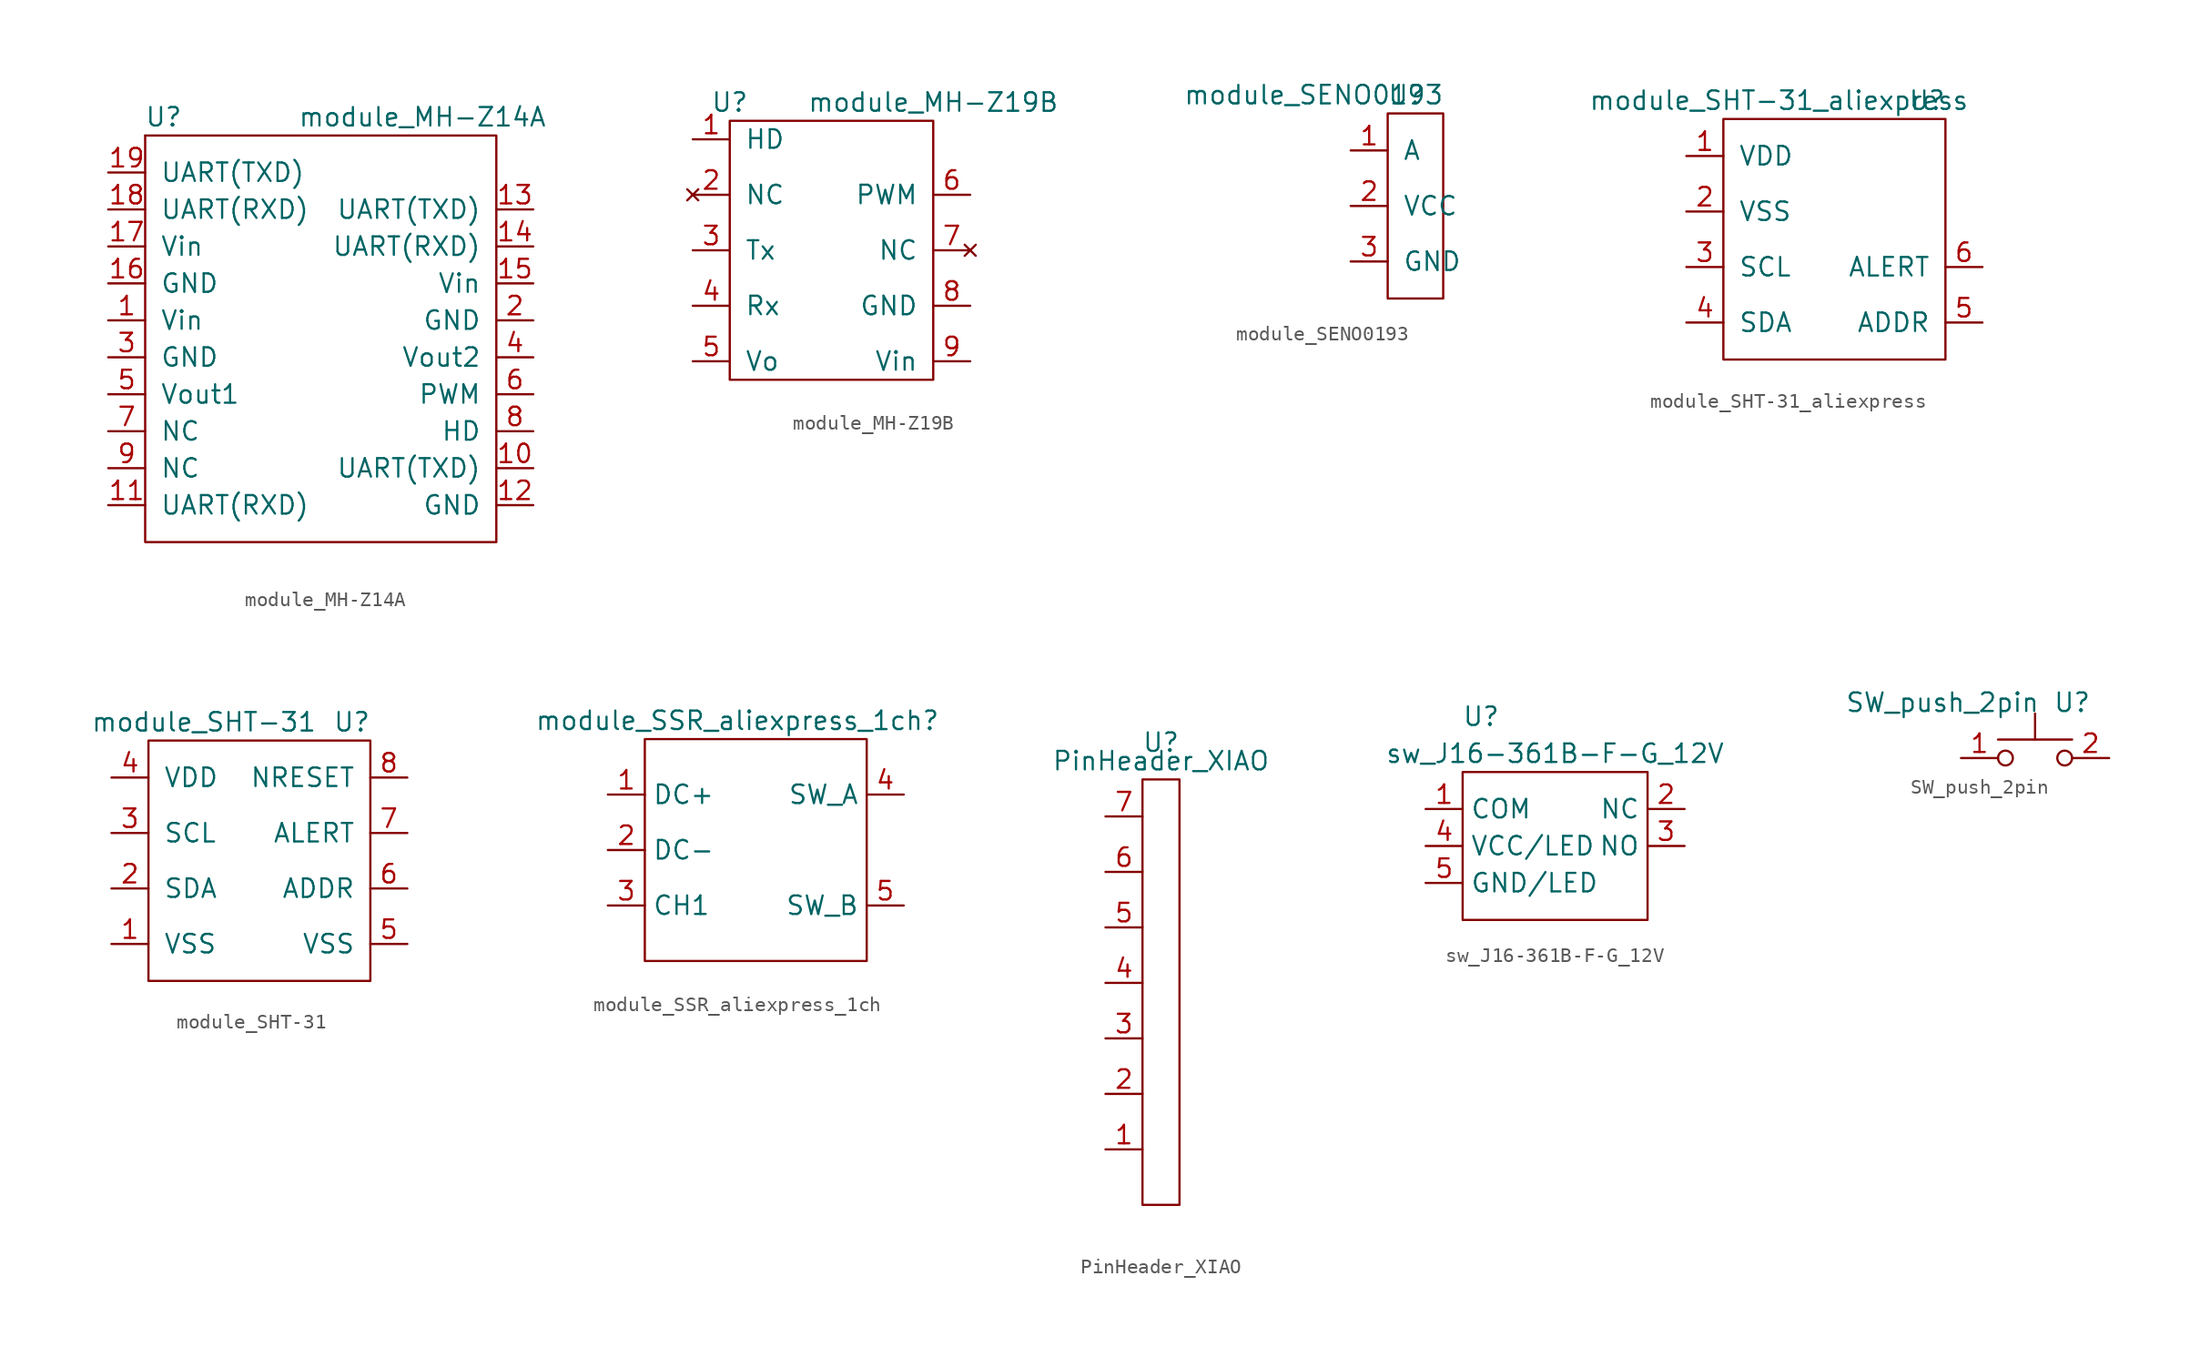
<source format=kicad_sym>
(kicad_symbol_lib
  (version 20220914)
  (generator kicad_symbol_editor)
  (symbol "module_MH-Z14A"
    (pin_names
      (offset 1.016))
    (property "Reference" "U"
      (at 3.81 3.81 0)
      (effects (font (size 1.27 1.27))))
    (property "Value" "module_MH-Z14A"
      (at 21.59 3.81 0)
      (effects (font (size 1.27 1.27))))
    (symbol "module_MH-Z14A_0_1"
      (rectangle (start 2.54 2.54) (end 2.54 2.54) (stroke (width 0) (type default)) (fill (type none)))
      (rectangle (start 2.54 2.54) (end 26.67 -25.4) (stroke (width 0) (type default)) (fill (type none))))
    (symbol "module_MH-Z14A_1_1"
      (pin power_in line (at 0 -10.16 0) (length 2.54) (name "Vin" (effects (font (size 1.27 1.27)))) (number "1" (effects (font (size 1.27 1.27)))))
      (pin output line (at 29.21 -20.32 180) (length 2.54) (name "UART(TXD)" (effects (font (size 1.27 1.27)))) (number "10" (effects (font (size 1.27 1.27)))))
      (pin output line (at 0 -22.86 0) (length 2.54) (name "UART(RXD)" (effects (font (size 1.27 1.27)))) (number "11" (effects (font (size 1.27 1.27)))))
      (pin power_in line (at 29.21 -22.86 180) (length 2.54) (name "GND" (effects (font (size 1.27 1.27)))) (number "12" (effects (font (size 1.27 1.27)))))
      (pin output line (at 29.21 -2.54 180) (length 2.54) (name "UART(TXD)" (effects (font (size 1.27 1.27)))) (number "13" (effects (font (size 1.27 1.27)))))
      (pin output line (at 29.21 -5.08 180) (length 2.54) (name "UART(RXD)" (effects (font (size 1.27 1.27)))) (number "14" (effects (font (size 1.27 1.27)))))
      (pin power_in line (at 29.21 -7.62 180) (length 2.54) (name "Vin" (effects (font (size 1.27 1.27)))) (number "15" (effects (font (size 1.27 1.27)))))
      (pin power_in line (at 0 -7.62 0) (length 2.54) (name "GND" (effects (font (size 1.27 1.27)))) (number "16" (effects (font (size 1.27 1.27)))))
      (pin power_in line (at 0 -5.08 0) (length 2.54) (name "Vin" (effects (font (size 1.27 1.27)))) (number "17" (effects (font (size 1.27 1.27)))))
      (pin output line (at 0 -2.54 0) (length 2.54) (name "UART(RXD)" (effects (font (size 1.27 1.27)))) (number "18" (effects (font (size 1.27 1.27)))))
      (pin output line (at 0 0 0) (length 2.54) (name "UART(TXD)" (effects (font (size 1.27 1.27)))) (number "19" (effects (font (size 1.27 1.27)))))
      (pin power_in line (at 29.21 -10.16 180) (length 2.54) (name "GND" (effects (font (size 1.27 1.27)))) (number "2" (effects (font (size 1.27 1.27)))))
      (pin power_in line (at 0 -12.7 0) (length 2.54) (name "GND" (effects (font (size 1.27 1.27)))) (number "3" (effects (font (size 1.27 1.27)))))
      (pin output line (at 29.21 -12.7 180) (length 2.54) (name "Vout2" (effects (font (size 1.27 1.27)))) (number "4" (effects (font (size 1.27 1.27)))))
      (pin output line (at 0 -15.24 0) (length 2.54) (name "Vout1" (effects (font (size 1.27 1.27)))) (number "5" (effects (font (size 1.27 1.27)))))
      (pin output line (at 29.21 -15.24 180) (length 2.54) (name "PWM" (effects (font (size 1.27 1.27)))) (number "6" (effects (font (size 1.27 1.27)))))
      (pin output line (at 0 -17.78 0) (length 2.54) (name "NC" (effects (font (size 1.27 1.27)))) (number "7" (effects (font (size 1.27 1.27)))))
      (pin output line (at 29.21 -17.78 180) (length 2.54) (name "HD" (effects (font (size 1.27 1.27)))) (number "8" (effects (font (size 1.27 1.27)))))
      (pin output line (at 0 -20.32 0) (length 2.54) (name "NC" (effects (font (size 1.27 1.27)))) (number "9" (effects (font (size 1.27 1.27)))))))
  (symbol "module_MH-Z19B"
    (pin_names
      (offset 1.016))
    (property "Reference" "U"
      (at 2.54 2.54 0)
      (effects (font (size 1.27 1.27))))
    (property "Value" "module_MH-Z19B"
      (at 16.51 2.54 0)
      (effects (font (size 1.27 1.27))))
    (symbol "module_MH-Z19B_0_1"
      (rectangle (start 2.54 1.27) (end 16.51 -16.51) (stroke (width 0) (type default)) (fill (type none))))
    (symbol "module_MH-Z19B_1_1"
      (pin input line (at 0 0 0) (length 2.54) (name "HD" (effects (font (size 1.27 1.27)))) (number "1" (effects (font (size 1.27 1.27)))))
      (pin no_connect line (at 0 -3.81 0) (length 2.54) (name "NC" (effects (font (size 1.27 1.27)))) (number "2" (effects (font (size 1.27 1.27)))))
      (pin input line (at 0 -7.62 0) (length 2.54) (name "Tx" (effects (font (size 1.27 1.27)))) (number "3" (effects (font (size 1.27 1.27)))))
      (pin input line (at 0 -11.43 0) (length 2.54) (name "Rx" (effects (font (size 1.27 1.27)))) (number "4" (effects (font (size 1.27 1.27)))))
      (pin input line (at 0 -15.24 0) (length 2.54) (name "Vo" (effects (font (size 1.27 1.27)))) (number "5" (effects (font (size 1.27 1.27)))))
      (pin input line (at 19.05 -3.81 180) (length 2.54) (name "PWM" (effects (font (size 1.27 1.27)))) (number "6" (effects (font (size 1.27 1.27)))))
      (pin no_connect line (at 19.05 -7.62 180) (length 2.54) (name "NC" (effects (font (size 1.27 1.27)))) (number "7" (effects (font (size 1.27 1.27)))))
      (pin power_in line (at 19.05 -11.43 180) (length 2.54) (name "GND" (effects (font (size 1.27 1.27)))) (number "8" (effects (font (size 1.27 1.27)))))
      (pin power_in line (at 19.05 -15.24 180) (length 2.54) (name "Vin" (effects (font (size 1.27 1.27)))) (number "9" (effects (font (size 1.27 1.27)))))))
  (symbol "module_SENO0193"
    (pin_names
      (offset 1.016))
    (property "Reference" "U"
      (at 1.27 13.97 0)
      (effects (font (size 1.27 1.27))))
    (property "Value" "module_SENO0193"
      (at -5.08 13.97 0)
      (effects (font (size 1.27 1.27))))
    (symbol "module_SENO0193_0_1"
      (rectangle (start 0 12.7) (end 3.81 0) (stroke (width 0) (type default)) (fill (type none))))
    (symbol "module_SENO0193_1_1"
      (pin input line (at -2.54 10.16 0) (length 2.54) (name "A" (effects (font (size 1.27 1.27)))) (number "1" (effects (font (size 1.27 1.27)))))
      (pin power_in line (at -2.54 6.35 0) (length 2.54) (name "VCC" (effects (font (size 1.27 1.27)))) (number "2" (effects (font (size 1.27 1.27)))))
      (pin power_in line (at -2.54 2.54 0) (length 2.54) (name "GND" (effects (font (size 1.27 1.27)))) (number "3" (effects (font (size 1.27 1.27)))))))
  (symbol "module_SHT-31_aliexpress"
    (pin_names
      (offset 1.016))
    (property "Reference" "U"
      (at 13.97 17.78 0)
      (effects (font (size 1.27 1.27))))
    (property "Value" "module_SHT-31_aliexpress"
      (at 3.81 17.78 0)
      (effects (font (size 1.27 1.27))))
    (symbol "module_SHT-31_aliexpress_0_1"
      (rectangle (start 0 16.51) (end 15.24 0) (stroke (width 0) (type default)) (fill (type none))))
    (symbol "module_SHT-31_aliexpress_1_1"
      (pin power_in line (at -2.54 13.97 0) (length 2.54) (name "VDD" (effects (font (size 1.27 1.27)))) (number "1" (effects (font (size 1.27 1.27)))))
      (pin power_in line (at -2.54 10.16 0) (length 2.54) (name "VSS" (effects (font (size 1.27 1.27)))) (number "2" (effects (font (size 1.27 1.27)))))
      (pin output line (at -2.54 6.35 0) (length 2.54) (name "SCL" (effects (font (size 1.27 1.27)))) (number "3" (effects (font (size 1.27 1.27)))))
      (pin output line (at -2.54 2.54 0) (length 2.54) (name "SDA" (effects (font (size 1.27 1.27)))) (number "4" (effects (font (size 1.27 1.27)))))
      (pin input line (at 17.78 2.54 180) (length 2.54) (name "ADDR" (effects (font (size 1.27 1.27)))) (number "5" (effects (font (size 1.27 1.27)))))
      (pin output line (at 17.78 6.35 180) (length 2.54) (name "ALERT" (effects (font (size 1.27 1.27)))) (number "6" (effects (font (size 1.27 1.27)))))))
  (symbol "module_SHT-31"
    (pin_names
      (offset 1.016))
    (property "Reference" "U"
      (at 13.97 17.78 0)
      (effects (font (size 1.27 1.27))))
    (property "Value" "module_SHT-31"
      (at 3.81 17.78 0)
      (effects (font (size 1.27 1.27))))
    (symbol "module_SHT-31_0_1"
      (rectangle (start 0 16.51) (end 15.24 0) (stroke (width 0) (type default)) (fill (type none))))
    (symbol "module_SHT-31_1_1"
      (pin power_in line (at -2.54 2.54 0) (length 2.54) (name "VSS" (effects (font (size 1.27 1.27)))) (number "1" (effects (font (size 1.27 1.27)))))
      (pin output line (at -2.54 6.35 0) (length 2.54) (name "SDA" (effects (font (size 1.27 1.27)))) (number "2" (effects (font (size 1.27 1.27)))))
      (pin output line (at -2.54 10.16 0) (length 2.54) (name "SCL" (effects (font (size 1.27 1.27)))) (number "3" (effects (font (size 1.27 1.27)))))
      (pin power_in line (at -2.54 13.97 0) (length 2.54) (name "VDD" (effects (font (size 1.27 1.27)))) (number "4" (effects (font (size 1.27 1.27)))))
      (pin power_in line (at 17.78 2.54 180) (length 2.54) (name "VSS" (effects (font (size 1.27 1.27)))) (number "5" (effects (font (size 1.27 1.27)))))
      (pin input line (at 17.78 6.35 180) (length 2.54) (name "ADDR" (effects (font (size 1.27 1.27)))) (number "6" (effects (font (size 1.27 1.27)))))
      (pin output line (at 17.78 10.16 180) (length 2.54) (name "ALERT" (effects (font (size 1.27 1.27)))) (number "7" (effects (font (size 1.27 1.27)))))
      (pin input line (at 17.78 13.97 180) (length 2.54) (name "NRESET" (effects (font (size 1.27 1.27)))) (number "8" (effects (font (size 1.27 1.27)))))))
  (symbol "module_SSR_aliexpress_1ch"
    (property "Reference" "module_SSR_aliexpress_1ch"
      (at 6.35 16.51 0)
      (effects (font (size 1.27 1.27))))
    (property "Value" ""
      (at 0 0 0)
      (effects (font (size 1.27 1.27))))
    (symbol "module_SSR_aliexpress_1ch_0_1"
      (rectangle (start 0 15.24) (end 15.24 0) (stroke (width 0) (type default)) (fill (type none))))
    (symbol "module_SSR_aliexpress_1ch_1_1"
      (pin passive line (at -2.54 11.43 0) (length 2.54) (name "DC+" (effects (font (size 1.27 1.27)))) (number "1" (effects (font (size 1.27 1.27)))))
      (pin passive line (at -2.54 7.62 0) (length 2.54) (name "DC-" (effects (font (size 1.27 1.27)))) (number "2" (effects (font (size 1.27 1.27)))))
      (pin passive line (at -2.54 3.81 0) (length 2.54) (name "CH1" (effects (font (size 1.27 1.27)))) (number "3" (effects (font (size 1.27 1.27)))))
      (pin passive line (at 17.78 11.43 180) (length 2.54) (name "SW_A" (effects (font (size 1.27 1.27)))) (number "4" (effects (font (size 1.27 1.27)))))
      (pin passive line (at 17.78 3.81 180) (length 2.54) (name "SW_B" (effects (font (size 1.27 1.27)))) (number "5" (effects (font (size 1.27 1.27)))))))
  (symbol "PinHeader_XIAO"
    (pin_names
      (offset 1.016))
    (property "Reference" "U"
      (at 1.27 31.75 0)
      (effects (font (size 1.27 1.27))))
    (property "Value" "PinHeader_XIAO"
      (at 1.27 30.48 0)
      (effects (font (size 1.27 1.27))))
    (symbol "PinHeader_XIAO_0_1"
      (rectangle (start 0 29.21) (end 2.54 0) (stroke (width 0) (type default)) (fill (type none))))
    (symbol "PinHeader_XIAO_1_1"
      (pin input line (at -2.54 3.81 0) (length 2.54) (name "~" (effects (font (size 1.27 1.27)))) (number "1" (effects (font (size 1.27 1.27)))))
      (pin input line (at -2.54 7.62 0) (length 2.54) (name "~" (effects (font (size 1.27 1.27)))) (number "2" (effects (font (size 1.27 1.27)))))
      (pin input line (at -2.54 11.43 0) (length 2.54) (name "~" (effects (font (size 1.27 1.27)))) (number "3" (effects (font (size 1.27 1.27)))))
      (pin input line (at -2.54 15.24 0) (length 2.54) (name "~" (effects (font (size 1.27 1.27)))) (number "4" (effects (font (size 1.27 1.27)))))
      (pin input line (at -2.54 19.05 0) (length 2.54) (name "~" (effects (font (size 1.27 1.27)))) (number "5" (effects (font (size 1.27 1.27)))))
      (pin input line (at -2.54 22.86 0) (length 2.54) (name "~" (effects (font (size 1.27 1.27)))) (number "6" (effects (font (size 1.27 1.27)))))
      (pin input line (at -2.54 26.67 0) (length 2.54) (name "~" (effects (font (size 1.27 1.27)))) (number "7" (effects (font (size 1.27 1.27)))))))
  (symbol "sw_J16-361B-F-G_12V"
    (property "Reference" "U"
      (at 1.27 13.97 0)
      (effects (font (size 1.27 1.27))))
    (property "Value" "sw_J16-361B-F-G_12V"
      (at 6.35 11.43 0)
      (effects (font (size 1.27 1.27))))
    (symbol "sw_J16-361B-F-G_12V_0_1"
      (rectangle (start 0 10.16) (end 12.7 0) (stroke (width 0) (type default)) (fill (type none))))
    (symbol "sw_J16-361B-F-G_12V_1_1"
      (pin passive line (at -2.54 7.62 0) (length 2.54) (name "COM" (effects (font (size 1.27 1.27)))) (number "1" (effects (font (size 1.27 1.27)))))
      (pin passive line (at 15.24 7.62 180) (length 2.54) (name "NC" (effects (font (size 1.27 1.27)))) (number "2" (effects (font (size 1.27 1.27)))))
      (pin passive line (at 15.24 5.08 180) (length 2.54) (name "NO" (effects (font (size 1.27 1.27)))) (number "3" (effects (font (size 1.27 1.27)))))
      (pin passive line (at -2.54 5.08 0) (length 2.54) (name "VCC/LED" (effects (font (size 1.27 1.27)))) (number "4" (effects (font (size 1.27 1.27)))))
      (pin power_in line (at -2.54 2.54 0) (length 2.54) (name "GND/LED" (effects (font (size 1.27 1.27)))) (number "5" (effects (font (size 1.27 1.27)))))))
  (symbol "SW_push_2pin"
    (pin_names
      (offset 1.016))
    (property "Reference" "U"
      (at 5.08 3.81 0)
      (effects (font (size 1.27 1.27))))
    (property "Value" "SW_push_2pin"
      (at -3.81 3.81 0)
      (effects (font (size 1.27 1.27))))
    (symbol "SW_push_2pin_0_1"
      (pin passive line (at -2.54 0 0) (length 2.54) (name "~" (effects (font (size 1.27 1.27)))) (number "1" (effects (font (size 1.27 1.27)))))
      (pin passive line (at 7.62 0 180) (length 2.54) (name "~" (effects (font (size 1.27 1.27)))) (number "2" (effects (font (size 1.27 1.27))))))
    (symbol "SW_push_2pin_1_1"
      (polyline (pts (xy 2.54 1.27) (xy 2.54 3.048)) (stroke (width 0) (type default)) (fill (type none)))
      (polyline (pts (xy 5.08 1.27) (xy 0 1.27)) (stroke (width 0) (type default)) (fill (type none)))
      (circle (center 0.508 0) (radius 0.508) (stroke (width 0) (type default)) (fill (type none)))
      (circle (center 4.572 0) (radius 0.508) (stroke (width 0) (type default)) (fill (type none))))))
</source>
